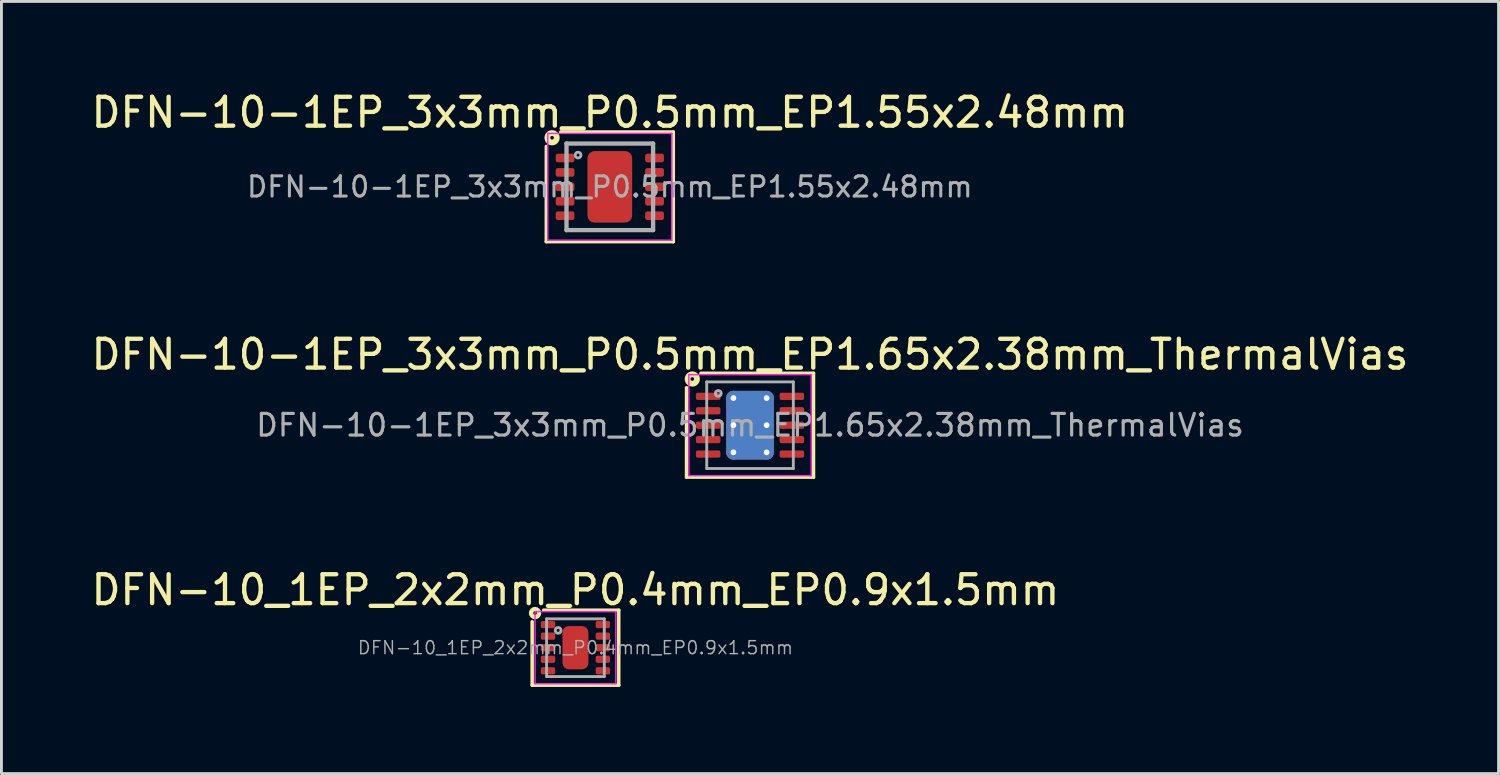
<source format=kicad_pcb>
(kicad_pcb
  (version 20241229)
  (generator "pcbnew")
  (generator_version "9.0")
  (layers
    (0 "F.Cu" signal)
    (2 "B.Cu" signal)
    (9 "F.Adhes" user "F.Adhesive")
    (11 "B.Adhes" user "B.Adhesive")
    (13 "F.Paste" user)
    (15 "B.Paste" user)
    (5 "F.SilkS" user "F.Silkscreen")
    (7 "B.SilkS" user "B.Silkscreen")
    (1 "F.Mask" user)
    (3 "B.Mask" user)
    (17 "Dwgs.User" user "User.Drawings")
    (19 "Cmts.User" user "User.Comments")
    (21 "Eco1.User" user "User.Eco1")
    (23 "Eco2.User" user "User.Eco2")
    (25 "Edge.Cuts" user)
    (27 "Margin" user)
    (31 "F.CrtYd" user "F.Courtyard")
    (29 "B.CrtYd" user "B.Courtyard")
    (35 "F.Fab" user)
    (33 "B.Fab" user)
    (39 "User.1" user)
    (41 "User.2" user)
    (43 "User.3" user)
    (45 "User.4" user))
  (footprint "DFN-10-1EP_3x3mm_P0.5mm_EP1.55x2.48mm"
    (layer "F.Cu")
    (at 18.077 3.423)
    (property "Reference" "DFN-10-1EP_3x3mm_P0.5mm_EP1.55x2.48mm" (at 0 -2.575 0) (layer "F.SilkS") (effects (font (size 1 1) (thickness 0.15))))
    (attr smd)
    (fp_line (start -2.2 1.9) (end -2.2 -1.4) (stroke (width 0.12) (type solid)) (layer "F.SilkS"))
    (fp_line (start -1.7 -1.9) (end 2.2 -1.9) (stroke (width 0.12) (type solid)) (layer "F.SilkS"))
    (fp_line (start 2.2 -1.9) (end 2.2 1.9) (stroke (width 0.12) (type solid)) (layer "F.SilkS"))
    (fp_line (start 2.2 1.9) (end -2.2 1.9) (stroke (width 0.12) (type solid)) (layer "F.SilkS"))
    (fp_circle (center -2 -1.7) (end -1.937 -1.7) (stroke (width 0.2) (type solid)) (fill no) (layer "F.SilkS"))
    (fp_line (start -2.15 -1.85) (end -2.15 1.85) (stroke (width 0.05) (type solid)) (layer "F.CrtYd"))
    (fp_line (start -2.15 -1.85) (end 2.15 -1.85) (stroke (width 0.05) (type solid)) (layer "F.CrtYd"))
    (fp_line (start -2.15 1.85) (end 2.15 1.85) (stroke (width 0.05) (type solid)) (layer "F.CrtYd"))
    (fp_line (start 2.15 -1.85) (end 2.15 1.85) (stroke (width 0.05) (type solid)) (layer "F.CrtYd"))
    (fp_line (start -1.5 -1.5) (end 1.5 -1.5) (stroke (width 0.15) (type solid)) (layer "F.Fab"))
    (fp_line (start -1.5 1.5) (end -1.5 -1.5) (stroke (width 0.15) (type solid)) (layer "F.Fab"))
    (fp_line (start 1.5 -1.5) (end 1.5 1.5) (stroke (width 0.15) (type solid)) (layer "F.Fab"))
    (fp_line (start 1.5 1.5) (end -1.5 1.5) (stroke (width 0.15) (type solid)) (layer "F.Fab"))
    (fp_circle (center -1.1 -1.1) (end -1 -1.1) (stroke (width 0.1) (type solid)) (fill no) (layer "F.Fab"))
    (fp_text user "${REFERENCE}" (at 0 0 0) (layer "F.Fab") (effects (font (size 0.7 0.7) (thickness 0.105))))
    (pad "" smd roundrect (at -0.388 -0.62) (size 0.6 1.05) (layers "F.Paste") (roundrect_rratio 0.25))
    (pad "" smd roundrect (at -0.388 0.62) (size 0.6 1.05) (layers "F.Paste") (roundrect_rratio 0.25))
    (pad "" smd roundrect (at 0.388 -0.62) (size 0.6 1.05) (layers "F.Paste") (roundrect_rratio 0.25))
    (pad "" smd roundrect (at 0.388 0.62) (size 0.6 1.05) (layers "F.Paste") (roundrect_rratio 0.25))
    (pad "1" smd roundrect (at -1.55 -1) (size 0.65 0.3) (layers "F.Cu" "F.Mask" "F.Paste") (roundrect_rratio 0.25))
    (pad "2" smd roundrect (at -1.55 -0.5) (size 0.65 0.3) (layers "F.Cu" "F.Mask" "F.Paste") (roundrect_rratio 0.25))
    (pad "3" smd roundrect (at -1.55 0) (size 0.65 0.3) (layers "F.Cu" "F.Mask" "F.Paste") (roundrect_rratio 0.25))
    (pad "4" smd roundrect (at -1.55 0.5) (size 0.65 0.3) (layers "F.Cu" "F.Mask" "F.Paste") (roundrect_rratio 0.25))
    (pad "5" smd roundrect (at -1.55 1) (size 0.65 0.3) (layers "F.Cu" "F.Mask" "F.Paste") (roundrect_rratio 0.25))
    (pad "6" smd roundrect (at 1.55 1) (size 0.65 0.3) (layers "F.Cu" "F.Mask" "F.Paste") (roundrect_rratio 0.25))
    (pad "7" smd roundrect (at 1.55 0.5) (size 0.65 0.3) (layers "F.Cu" "F.Mask" "F.Paste") (roundrect_rratio 0.25))
    (pad "8" smd roundrect (at 1.55 0) (size 0.65 0.3) (layers "F.Cu" "F.Mask" "F.Paste") (roundrect_rratio 0.25))
    (pad "9" smd roundrect (at 1.55 -0.5) (size 0.65 0.3) (layers "F.Cu" "F.Mask" "F.Paste") (roundrect_rratio 0.25))
    (pad "10" smd roundrect (at 1.55 -1) (size 0.65 0.3) (layers "F.Cu" "F.Mask" "F.Paste") (roundrect_rratio 0.25))
    (pad "11" smd roundrect (at 0 0) (size 1.55 2.48) (layers "F.Cu" "F.Mask") (roundrect_rratio 0.161)))
  (footprint "DFN-10_1EP_2x2mm_P0.4mm_EP0.9x1.5mm"
    (layer "F.Cu")
    (at 16.887 19.39)
    (property "Reference" "DFN-10_1EP_2x2mm_P0.4mm_EP0.9x1.5mm" (at 0 -2 0) (layer "F.SilkS") (effects (font (size 1 1) (thickness 0.15))))
    (attr smd)
    (fp_line (start -1.5 1.3) (end -1.5 -0.9) (stroke (width 0.12) (type solid)) (layer "F.SilkS"))
    (fp_line (start -1.1 -1.3) (end 1.5 -1.3) (stroke (width 0.12) (type solid)) (layer "F.SilkS"))
    (fp_line (start 1.5 -1.3) (end 1.5 1.3) (stroke (width 0.12) (type solid)) (layer "F.SilkS"))
    (fp_line (start 1.5 1.3) (end -1.5 1.3) (stroke (width 0.12) (type solid)) (layer "F.SilkS"))
    (fp_circle (center -1.4 -1.2) (end -1.337 -1.2) (stroke (width 0.15) (type solid)) (fill no) (layer "F.SilkS"))
    (fp_line (start -1.4 1.25) (end -1.4 -1.25) (stroke (width 0.05) (type solid)) (layer "F.CrtYd"))
    (fp_line (start -1.4 1.25) (end 1.4 1.25) (stroke (width 0.05) (type solid)) (layer "F.CrtYd"))
    (fp_line (start 1.4 -1.25) (end -1.4 -1.25) (stroke (width 0.05) (type solid)) (layer "F.CrtYd"))
    (fp_line (start 1.4 -1.25) (end 1.4 1.25) (stroke (width 0.05) (type solid)) (layer "F.CrtYd"))
    (fp_line (start -1 -1) (end -1 1) (stroke (width 0.1) (type solid)) (layer "F.Fab"))
    (fp_line (start 1 -1) (end -1 -1) (stroke (width 0.1) (type solid)) (layer "F.Fab"))
    (fp_line (start 1 1) (end -1 1) (stroke (width 0.1) (type solid)) (layer "F.Fab"))
    (fp_line (start 1 1) (end 1 -1) (stroke (width 0.1) (type solid)) (layer "F.Fab"))
    (fp_circle (center -0.6 -0.6) (end -0.5 -0.6) (stroke (width 0.1) (type solid)) (fill no) (layer "F.Fab"))
    (fp_text user "${REFERENCE}" (at 0 0 0) (layer "F.Fab") (effects (font (size 0.45 0.45) (thickness 0.05))))
    (pad "" smd roundrect (at 0 -0.4) (size 0.7 0.6) (layers "F.Paste") (roundrect_rratio 0.25))
    (pad "" smd roundrect (at 0 0.4) (size 0.7 0.6) (layers "F.Paste") (roundrect_rratio 0.25))
    (pad "1" smd roundrect (at -0.95 -0.8) (size 0.5 0.25) (layers "F.Cu" "F.Mask" "F.Paste") (roundrect_rratio 0.25))
    (pad "2" smd roundrect (at -0.95 -0.4) (size 0.5 0.25) (layers "F.Cu" "F.Mask" "F.Paste") (roundrect_rratio 0.25))
    (pad "3" smd roundrect (at -0.95 0) (size 0.5 0.25) (layers "F.Cu" "F.Mask" "F.Paste") (roundrect_rratio 0.25))
    (pad "4" smd roundrect (at -0.95 0.4) (size 0.5 0.25) (layers "F.Cu" "F.Mask" "F.Paste") (roundrect_rratio 0.25))
    (pad "5" smd roundrect (at -0.95 0.8) (size 0.5 0.25) (layers "F.Cu" "F.Mask" "F.Paste") (roundrect_rratio 0.25))
    (pad "6" smd roundrect (at 0.95 0.8) (size 0.5 0.25) (layers "F.Cu" "F.Mask" "F.Paste") (roundrect_rratio 0.25))
    (pad "7" smd roundrect (at 0.95 0.4) (size 0.5 0.25) (layers "F.Cu" "F.Mask" "F.Paste") (roundrect_rratio 0.25))
    (pad "8" smd roundrect (at 0.95 0) (size 0.5 0.25) (layers "F.Cu" "F.Mask" "F.Paste") (roundrect_rratio 0.25))
    (pad "9" smd roundrect (at 0.95 -0.4) (size 0.5 0.25) (layers "F.Cu" "F.Mask" "F.Paste") (roundrect_rratio 0.25))
    (pad "10" smd roundrect (at 0.95 -0.8) (size 0.5 0.25) (layers "F.Cu" "F.Mask" "F.Paste") (roundrect_rratio 0.25))
    (pad "11" smd roundrect (at 0 0) (size 0.9 1.5) (layers "F.Cu" "F.Mask") (roundrect_rratio 0.25)))
  (footprint "DFN-10-1EP_3x3mm_P0.5mm_EP1.65x2.38mm_ThermalVias"
    (layer "F.Cu")
    (at 22.935 11.681)
    (property "Reference" "DFN-10-1EP_3x3mm_P0.5mm_EP1.65x2.38mm_ThermalVias" (at 0 -2.45 0) (layer "F.SilkS") (effects (font (size 1 1) (thickness 0.15))))
    (attr smd)
    (fp_line (start -2.2 1.8) (end -2.2 -1.3) (stroke (width 0.12) (type solid)) (layer "F.SilkS"))
    (fp_line (start -1.7 -1.8) (end 2.2 -1.8) (stroke (width 0.12) (type solid)) (layer "F.SilkS"))
    (fp_line (start 2.2 -1.8) (end 2.2 1.8) (stroke (width 0.12) (type solid)) (layer "F.SilkS"))
    (fp_line (start 2.2 1.8) (end -2.2 1.8) (stroke (width 0.12) (type solid)) (layer "F.SilkS"))
    (fp_circle (center -2 -1.6) (end -1.937 -1.6) (stroke (width 0.2) (type solid)) (fill no) (layer "F.SilkS"))
    (fp_line (start -2.12 -1.75) (end -2.12 1.75) (stroke (width 0.05) (type solid)) (layer "F.CrtYd"))
    (fp_line (start -2.12 1.75) (end 2.12 1.75) (stroke (width 0.05) (type solid)) (layer "F.CrtYd"))
    (fp_line (start 2.12 -1.75) (end -2.12 -1.75) (stroke (width 0.05) (type solid)) (layer "F.CrtYd"))
    (fp_line (start 2.12 1.75) (end 2.12 -1.75) (stroke (width 0.05) (type solid)) (layer "F.CrtYd"))
    (fp_line (start -1.5 -1.5) (end 1.5 -1.5) (stroke (width 0.1) (type solid)) (layer "F.Fab"))
    (fp_line (start -1.5 1.5) (end -1.5 -1.5) (stroke (width 0.1) (type solid)) (layer "F.Fab"))
    (fp_line (start 1.5 -1.5) (end 1.5 1.5) (stroke (width 0.1) (type solid)) (layer "F.Fab"))
    (fp_line (start 1.5 1.5) (end -1.5 1.5) (stroke (width 0.1) (type solid)) (layer "F.Fab"))
    (fp_circle (center -1.1 -1.1) (end -1 -1.1) (stroke (width 0.1) (type solid)) (fill no) (layer "F.Fab"))
    (fp_text user "${REFERENCE}" (at 0 0 0) (layer "F.Fab") (effects (font (size 0.75 0.75) (thickness 0.11))))
    (pad "" smd roundrect (at -0.41 -0.595) (size 0.67 0.96) (layers "F.Paste") (roundrect_rratio 0.25))
    (pad "" smd roundrect (at -0.41 0.595) (size 0.67 0.96) (layers "F.Paste") (roundrect_rratio 0.25))
    (pad "" smd roundrect (at 0.41 -0.595) (size 0.67 0.96) (layers "F.Paste") (roundrect_rratio 0.25))
    (pad "" smd roundrect (at 0.41 0.595) (size 0.67 0.96) (layers "F.Paste") (roundrect_rratio 0.25))
    (pad "1" smd roundrect (at -1.45 -1) (size 0.85 0.25) (layers "F.Cu" "F.Mask" "F.Paste") (roundrect_rratio 0.25))
    (pad "2" smd roundrect (at -1.45 -0.5) (size 0.85 0.25) (layers "F.Cu" "F.Mask" "F.Paste") (roundrect_rratio 0.25))
    (pad "3" smd roundrect (at -1.45 0) (size 0.85 0.25) (layers "F.Cu" "F.Mask" "F.Paste") (roundrect_rratio 0.25))
    (pad "4" smd roundrect (at -1.45 0.5) (size 0.85 0.25) (layers "F.Cu" "F.Mask" "F.Paste") (roundrect_rratio 0.25))
    (pad "5" smd roundrect (at -1.45 1) (size 0.85 0.25) (layers "F.Cu" "F.Mask" "F.Paste") (roundrect_rratio 0.25))
    (pad "6" smd roundrect (at 1.45 1) (size 0.85 0.25) (layers "F.Cu" "F.Mask" "F.Paste") (roundrect_rratio 0.25))
    (pad "7" smd roundrect (at 1.45 0.5) (size 0.85 0.25) (layers "F.Cu" "F.Mask" "F.Paste") (roundrect_rratio 0.25))
    (pad "8" smd roundrect (at 1.45 0) (size 0.85 0.25) (layers "F.Cu" "F.Mask" "F.Paste") (roundrect_rratio 0.25))
    (pad "9" smd roundrect (at 1.45 -0.5) (size 0.85 0.25) (layers "F.Cu" "F.Mask" "F.Paste") (roundrect_rratio 0.25))
    (pad "10" smd roundrect (at 1.45 -1) (size 0.85 0.25) (layers "F.Cu" "F.Mask" "F.Paste") (roundrect_rratio 0.25))
    (pad "11" thru_hole circle (at -0.575 -0.94) (size 0.5 0.5) (drill 0.2) (property pad_prop_heatsink) (layers "*.Cu"))
    (pad "11" thru_hole circle (at -0.575 0) (size 0.5 0.5) (drill 0.2) (property pad_prop_heatsink) (layers "*.Cu"))
    (pad "11" thru_hole circle (at -0.575 0.94) (size 0.5 0.5) (drill 0.2) (property pad_prop_heatsink) (layers "*.Cu"))
    (pad "11" smd roundrect (at 0 0) (size 1.65 2.38) (layers "F.Cu" "F.Mask") (roundrect_rratio 0.152))
    (pad "11" smd roundrect (at 0 0) (size 1.65 2.38) (layers "B.Cu" "B.Mask") (roundrect_rratio 0.152))
    (pad "11" thru_hole circle (at 0.575 -0.94) (size 0.5 0.5) (drill 0.2) (property pad_prop_heatsink) (layers "*.Cu"))
    (pad "11" thru_hole circle (at 0.575 0) (size 0.5 0.5) (drill 0.2) (property pad_prop_heatsink) (layers "*.Cu"))
    (pad "11" thru_hole circle (at 0.575 0.94) (size 0.5 0.5) (drill 0.2) (property pad_prop_heatsink) (layers "*.Cu")))
  (gr_rect
    (start -3 -3)
    (end 48.869 23.75)
    (stroke (width 0.1) (type default))
    (fill no)
    (layer "Edge.Cuts")))
</source>
